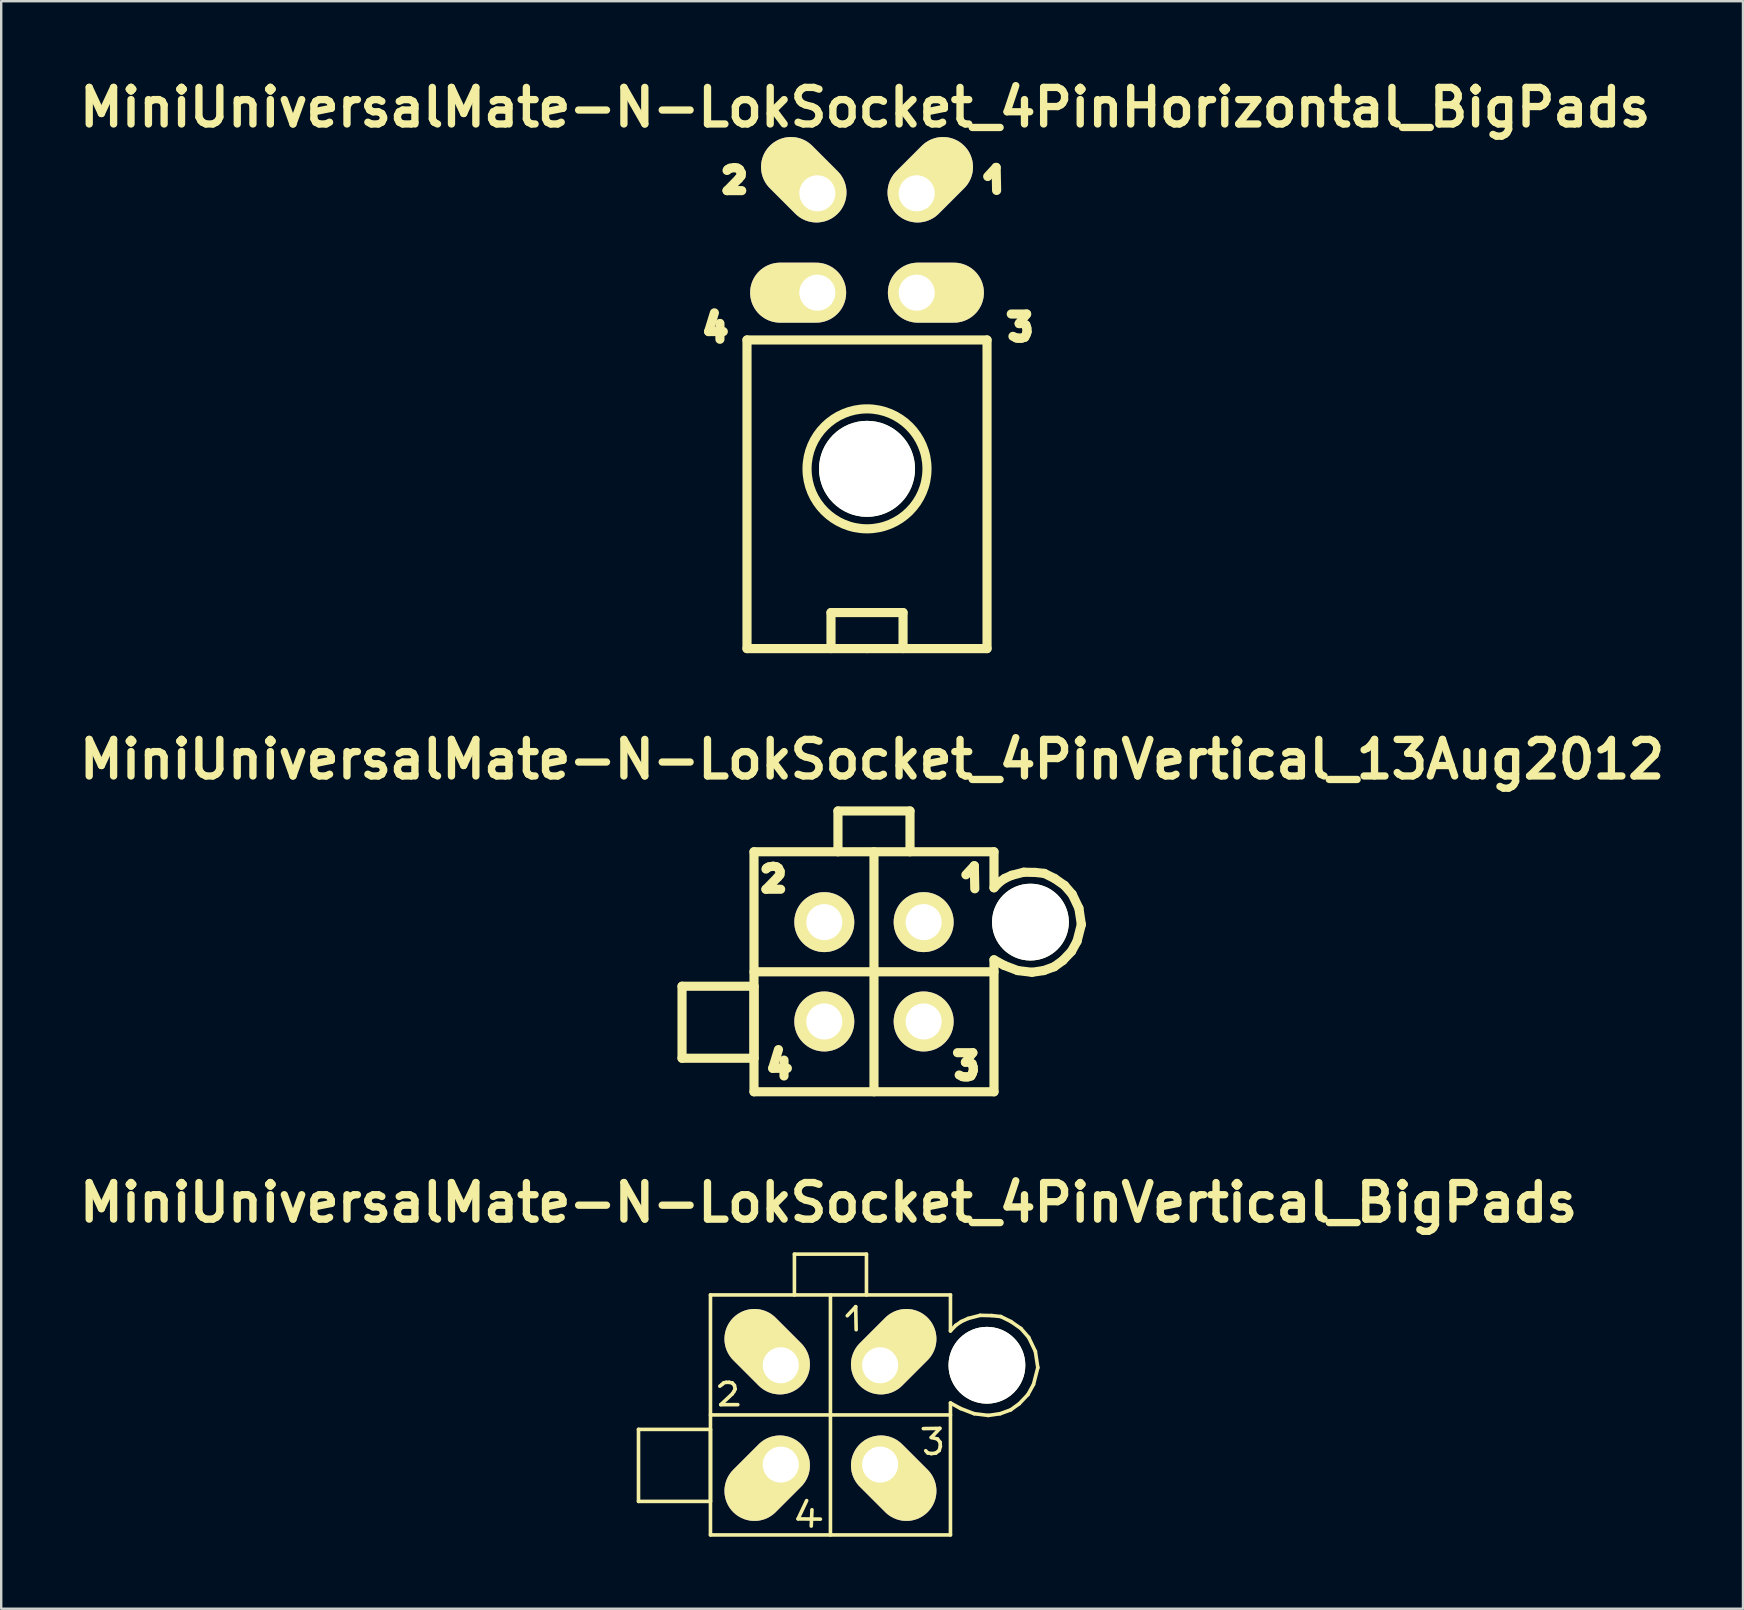
<source format=kicad_pcb>
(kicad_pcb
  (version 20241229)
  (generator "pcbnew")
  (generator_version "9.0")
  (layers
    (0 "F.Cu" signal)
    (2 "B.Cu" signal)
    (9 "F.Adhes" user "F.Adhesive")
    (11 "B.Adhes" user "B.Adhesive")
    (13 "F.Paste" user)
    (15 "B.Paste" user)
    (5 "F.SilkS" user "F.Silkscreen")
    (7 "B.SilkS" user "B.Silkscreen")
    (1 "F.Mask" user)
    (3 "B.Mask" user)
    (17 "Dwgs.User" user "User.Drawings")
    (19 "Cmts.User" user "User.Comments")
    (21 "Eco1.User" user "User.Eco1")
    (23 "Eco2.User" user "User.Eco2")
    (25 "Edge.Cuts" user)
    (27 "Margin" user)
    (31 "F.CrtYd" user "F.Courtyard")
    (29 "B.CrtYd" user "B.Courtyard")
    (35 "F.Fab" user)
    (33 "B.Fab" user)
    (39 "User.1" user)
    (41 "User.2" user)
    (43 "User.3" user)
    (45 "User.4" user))
  (footprint "MiniUniversalMate-N-LokSocket_4PinVertical_BigPads"
    (layer "F.Cu")
    (at 31.553 55.908)
    (property "Reference" "MiniUniversalMate-N-LokSocket_4PinVertical_BigPads" (at -0.079 -8.849 0) (layer "F.SilkS") (effects (font (size 1.524 1.524) (thickness 0.305))))
    (attr through_hole)
    (fp_line (start -7.998 0.602) (end -4.999 0.602) (stroke (width 0.15) (type solid)) (layer "F.SilkS"))
    (fp_line (start -7.998 3.602) (end -7.998 0.602) (stroke (width 0.15) (type solid)) (layer "F.SilkS"))
    (fp_line (start -4.999 -5.001) (end -4.999 4.999) (stroke (width 0.15) (type solid)) (layer "F.SilkS"))
    (fp_line (start -4.999 0) (end 5.001 0) (stroke (width 0.15) (type solid)) (layer "F.SilkS"))
    (fp_line (start -4.999 0.602) (end -4.999 3.602) (stroke (width 0.15) (type solid)) (layer "F.SilkS"))
    (fp_line (start -4.999 3.602) (end -7.998 3.602) (stroke (width 0.15) (type solid)) (layer "F.SilkS"))
    (fp_line (start -4.999 4.999) (end 5.001 4.999) (stroke (width 0.15) (type solid)) (layer "F.SilkS"))
    (fp_line (start -4.61 -1.199) (end -4.519 -1.27) (stroke (width 0.15) (type solid)) (layer "F.SilkS"))
    (fp_line (start -4.569 -0.429) (end -3.861 -0.429) (stroke (width 0.15) (type solid)) (layer "F.SilkS"))
    (fp_line (start -4.519 -1.27) (end -4.44 -1.341) (stroke (width 0.15) (type solid)) (layer "F.SilkS"))
    (fp_line (start -4.44 -1.341) (end -4.341 -1.359) (stroke (width 0.15) (type solid)) (layer "F.SilkS"))
    (fp_line (start -4.341 -1.359) (end -4.219 -1.359) (stroke (width 0.15) (type solid)) (layer "F.SilkS"))
    (fp_line (start -4.219 -1.359) (end -4.089 -1.331) (stroke (width 0.15) (type solid)) (layer "F.SilkS"))
    (fp_line (start -4.089 -1.331) (end -4 -1.229) (stroke (width 0.15) (type solid)) (layer "F.SilkS"))
    (fp_line (start -4.089 -0.879) (end -4.569 -0.429) (stroke (width 0.15) (type solid)) (layer "F.SilkS"))
    (fp_line (start -4.021 -0.98) (end -4.089 -0.879) (stroke (width 0.15) (type solid)) (layer "F.SilkS"))
    (fp_line (start -4 -1.229) (end -3.97 -1.079) (stroke (width 0.15) (type solid)) (layer "F.SilkS"))
    (fp_line (start -3.97 -1.079) (end -4.021 -0.98) (stroke (width 0.15) (type solid)) (layer "F.SilkS"))
    (fp_line (start -1.501 -6.701) (end -1.501 -5.001) (stroke (width 0.15) (type solid)) (layer "F.SilkS"))
    (fp_line (start -1.349 4.331) (end -0.419 4.341) (stroke (width 0.15) (type solid)) (layer "F.SilkS"))
    (fp_line (start -0.991 3.569) (end -1.349 4.331) (stroke (width 0.15) (type solid)) (layer "F.SilkS"))
    (fp_line (start -0.77 3.95) (end -0.8 4.63) (stroke (width 0.15) (type solid)) (layer "F.SilkS"))
    (fp_line (start 0 -5.001) (end 0 4.999) (stroke (width 0.15) (type solid)) (layer "F.SilkS"))
    (fp_line (start 0.701 -4.133) (end 1.052 -4.511) (stroke (width 0.15) (type solid)) (layer "F.SilkS"))
    (fp_line (start 1.052 -4.511) (end 1.072 -3.551) (stroke (width 0.15) (type solid)) (layer "F.SilkS"))
    (fp_line (start 1.501 -6.701) (end -1.501 -6.701) (stroke (width 0.15) (type solid)) (layer "F.SilkS"))
    (fp_line (start 1.501 -5.001) (end 1.501 -6.701) (stroke (width 0.15) (type solid)) (layer "F.SilkS"))
    (fp_line (start 3.871 0.569) (end 4.559 0.559) (stroke (width 0.15) (type solid)) (layer "F.SilkS"))
    (fp_line (start 4.051 1.58) (end 3.97 1.491) (stroke (width 0.15) (type solid)) (layer "F.SilkS"))
    (fp_line (start 4.201 0.94) (end 4.46 1.001) (stroke (width 0.15) (type solid)) (layer "F.SilkS"))
    (fp_line (start 4.201 1.61) (end 4.051 1.58) (stroke (width 0.15) (type solid)) (layer "F.SilkS"))
    (fp_line (start 4.389 1.59) (end 4.201 1.61) (stroke (width 0.15) (type solid)) (layer "F.SilkS"))
    (fp_line (start 4.46 1.001) (end 4.569 1.14) (stroke (width 0.15) (type solid)) (layer "F.SilkS"))
    (fp_line (start 4.531 1.481) (end 4.389 1.59) (stroke (width 0.15) (type solid)) (layer "F.SilkS"))
    (fp_line (start 4.559 0.559) (end 4.201 0.94) (stroke (width 0.15) (type solid)) (layer "F.SilkS"))
    (fp_line (start 4.569 1.14) (end 4.58 1.311) (stroke (width 0.15) (type solid)) (layer "F.SilkS"))
    (fp_line (start 4.58 1.311) (end 4.531 1.481) (stroke (width 0.15) (type solid)) (layer "F.SilkS"))
    (fp_line (start 5.001 -5.001) (end -4.999 -5.001) (stroke (width 0.15) (type solid)) (layer "F.SilkS"))
    (fp_line (start 5.001 -5.001) (end 5.001 -3.5) (stroke (width 0.15) (type solid)) (layer "F.SilkS"))
    (fp_line (start 5.001 -3.5) (end 5.22 -3.731) (stroke (width 0.15) (type solid)) (layer "F.SilkS"))
    (fp_line (start 5.001 4.999) (end 5.001 -0.5) (stroke (width 0.15) (type solid)) (layer "F.SilkS"))
    (fp_line (start 5.22 -3.731) (end 5.451 -3.891) (stroke (width 0.15) (type solid)) (layer "F.SilkS"))
    (fp_line (start 5.42 -0.269) (end 5.001 -0.5) (stroke (width 0.15) (type solid)) (layer "F.SilkS"))
    (fp_line (start 5.451 -3.891) (end 5.74 -4.021) (stroke (width 0.15) (type solid)) (layer "F.SilkS"))
    (fp_line (start 5.74 -4.021) (end 6.241 -4.15) (stroke (width 0.15) (type solid)) (layer "F.SilkS"))
    (fp_line (start 5.989 -0.051) (end 5.42 -0.269) (stroke (width 0.15) (type solid)) (layer "F.SilkS"))
    (fp_line (start 6.241 -4.15) (end 6.721 -4.14) (stroke (width 0.15) (type solid)) (layer "F.SilkS"))
    (fp_line (start 6.581 0.02) (end 5.989 -0.051) (stroke (width 0.15) (type solid)) (layer "F.SilkS"))
    (fp_line (start 6.721 -4.14) (end 7.099 -4.1) (stroke (width 0.15) (type solid)) (layer "F.SilkS"))
    (fp_line (start 7.071 -0.051) (end 6.581 0.02) (stroke (width 0.15) (type solid)) (layer "F.SilkS"))
    (fp_line (start 7.099 -4.1) (end 7.521 -3.891) (stroke (width 0.15) (type solid)) (layer "F.SilkS"))
    (fp_line (start 7.511 -0.211) (end 7.071 -0.051) (stroke (width 0.15) (type solid)) (layer "F.SilkS"))
    (fp_line (start 7.521 -3.891) (end 7.94 -3.599) (stroke (width 0.15) (type solid)) (layer "F.SilkS"))
    (fp_line (start 7.869 -0.47) (end 7.511 -0.211) (stroke (width 0.15) (type solid)) (layer "F.SilkS"))
    (fp_line (start 7.94 -3.599) (end 8.26 -3.231) (stroke (width 0.15) (type solid)) (layer "F.SilkS"))
    (fp_line (start 8.23 -0.851) (end 7.869 -0.47) (stroke (width 0.15) (type solid)) (layer "F.SilkS"))
    (fp_line (start 8.26 -3.231) (end 8.539 -2.649) (stroke (width 0.15) (type solid)) (layer "F.SilkS"))
    (fp_line (start 8.461 -1.27) (end 8.23 -0.851) (stroke (width 0.15) (type solid)) (layer "F.SilkS"))
    (fp_line (start 8.539 -2.649) (end 8.641 -1.971) (stroke (width 0.15) (type solid)) (layer "F.SilkS"))
    (fp_line (start 8.641 -1.971) (end 8.461 -1.27) (stroke (width 0.15) (type solid)) (layer "F.SilkS"))
    (pad "" np_thru_hole circle (at 6.52 -2.07 90) (size 3.2 3.2) (drill 3.2) (layers "*.Cu" "*.Mask" "F.SilkS"))
    (pad "1" thru_hole oval (at 2.07 -2.07 45) (size 4 2.499) (drill 1.501 (offset 0.8 0)) (layers "*.Cu" "*.Mask" "F.SilkS"))
    (pad "2" thru_hole oval (at -2.07 -2.07 315) (size 4 2.499) (drill 1.501 (offset -0.8 0)) (layers "*.Cu" "*.Mask" "F.SilkS"))
    (pad "3" thru_hole oval (at 2.07 2.07 315) (size 4 2.499) (drill 1.501 (offset 0.8 0)) (layers "*.Cu" "*.Mask" "F.SilkS"))
    (pad "4" thru_hole oval (at -2.07 2.07 45) (size 4 2.499) (drill 1.501 (offset -0.8 0)) (layers "*.Cu" "*.Mask" "F.SilkS")))
  (footprint "MiniUniversalMate-N-LokSocket_4PinHorizontal_BigPads"
    (layer "F.Cu")
    (at 33.077 7.075)
    (property "Reference" "MiniUniversalMate-N-LokSocket_4PinHorizontal_BigPads" (at -0.079 -5.649 0) (layer "F.SilkS") (effects (font (size 1.524 1.524) (thickness 0.305))))
    (attr through_hole)
    (fp_line (start -6.599 3.691) (end -5.989 3.691) (stroke (width 0.381) (type solid)) (layer "F.SilkS"))
    (fp_line (start -6.36 2.911) (end -6.599 3.691) (stroke (width 0.381) (type solid)) (layer "F.SilkS"))
    (fp_line (start -6.129 3.35) (end -6.129 4.011) (stroke (width 0.381) (type solid)) (layer "F.SilkS"))
    (fp_line (start -5.832 -3.023) (end -5.801 -3.063) (stroke (width 0.381) (type solid)) (layer "F.SilkS"))
    (fp_line (start -5.832 -2.182) (end -5.22 -2.182) (stroke (width 0.381) (type solid)) (layer "F.SilkS"))
    (fp_line (start -5.801 -3.063) (end -5.71 -3.114) (stroke (width 0.381) (type solid)) (layer "F.SilkS"))
    (fp_line (start -5.71 -3.114) (end -5.532 -3.142) (stroke (width 0.381) (type solid)) (layer "F.SilkS"))
    (fp_line (start -5.532 -3.142) (end -5.4 -3.122) (stroke (width 0.381) (type solid)) (layer "F.SilkS"))
    (fp_line (start -5.4 -3.122) (end -5.311 -3.063) (stroke (width 0.381) (type solid)) (layer "F.SilkS"))
    (fp_line (start -5.342 -2.682) (end -5.832 -2.182) (stroke (width 0.381) (type solid)) (layer "F.SilkS"))
    (fp_line (start -5.311 -3.063) (end -5.24 -2.924) (stroke (width 0.381) (type solid)) (layer "F.SilkS"))
    (fp_line (start -5.25 -2.794) (end -5.342 -2.682) (stroke (width 0.381) (type solid)) (layer "F.SilkS"))
    (fp_line (start -5.24 -2.924) (end -5.25 -2.794) (stroke (width 0.381) (type solid)) (layer "F.SilkS"))
    (fp_line (start -5.001 4.041) (end 5.001 4.041) (stroke (width 0.381) (type solid)) (layer "F.SilkS"))
    (fp_line (start -5.001 16.901) (end -5.001 4.041) (stroke (width 0.381) (type solid)) (layer "F.SilkS"))
    (fp_line (start -1.501 15.4) (end -1.501 16.901) (stroke (width 0.381) (type solid)) (layer "F.SilkS"))
    (fp_line (start 0 16.901) (end -5.001 16.901) (stroke (width 0.381) (type solid)) (layer "F.SilkS"))
    (fp_line (start 0 16.901) (end 5.001 16.901) (stroke (width 0.381) (type solid)) (layer "F.SilkS"))
    (fp_line (start 1.501 15.4) (end -1.501 15.4) (stroke (width 0.381) (type solid)) (layer "F.SilkS"))
    (fp_line (start 1.501 16.901) (end 1.501 15.4) (stroke (width 0.381) (type solid)) (layer "F.SilkS"))
    (fp_line (start 5.001 4.041) (end 5.001 16.901) (stroke (width 0.381) (type solid)) (layer "F.SilkS"))
    (fp_line (start 5.029 -2.771) (end 5.38 -3.15) (stroke (width 0.381) (type solid)) (layer "F.SilkS"))
    (fp_line (start 5.38 -3.15) (end 5.4 -2.189) (stroke (width 0.381) (type solid)) (layer "F.SilkS"))
    (fp_line (start 6.01 2.959) (end 6.65 2.959) (stroke (width 0.381) (type solid)) (layer "F.SilkS"))
    (fp_line (start 6.22 3.957) (end 6.081 3.889) (stroke (width 0.381) (type solid)) (layer "F.SilkS"))
    (fp_line (start 6.32 3.967) (end 6.22 3.957) (stroke (width 0.381) (type solid)) (layer "F.SilkS"))
    (fp_line (start 6.34 3.358) (end 6.5 3.358) (stroke (width 0.381) (type solid)) (layer "F.SilkS"))
    (fp_line (start 6.439 3.967) (end 6.32 3.967) (stroke (width 0.381) (type solid)) (layer "F.SilkS"))
    (fp_line (start 6.5 3.358) (end 6.619 3.419) (stroke (width 0.381) (type solid)) (layer "F.SilkS"))
    (fp_line (start 6.571 3.929) (end 6.439 3.967) (stroke (width 0.381) (type solid)) (layer "F.SilkS"))
    (fp_line (start 6.619 3.419) (end 6.66 3.548) (stroke (width 0.381) (type solid)) (layer "F.SilkS"))
    (fp_line (start 6.629 3.818) (end 6.571 3.929) (stroke (width 0.381) (type solid)) (layer "F.SilkS"))
    (fp_line (start 6.65 2.959) (end 6.34 3.358) (stroke (width 0.381) (type solid)) (layer "F.SilkS"))
    (fp_line (start 6.66 3.548) (end 6.67 3.698) (stroke (width 0.381) (type solid)) (layer "F.SilkS"))
    (fp_line (start 6.67 3.698) (end 6.629 3.818) (stroke (width 0.381) (type solid)) (layer "F.SilkS"))
    (fp_circle (center 0 9.411) (end 2.499 9.411) (stroke (width 0.381) (type solid)) (fill no) (layer "F.SilkS"))
    (pad "" np_thru_hole circle (at 0 9.411 90) (size 4 4) (drill 4) (layers "*.Cu" "*.Mask" "F.SilkS"))
    (pad "1" thru_hole oval (at 2.07 -2.07 45) (size 4 2.499) (drill 1.501 (offset 0.8 0)) (layers "*.Cu" "*.Mask" "F.SilkS"))
    (pad "2" thru_hole oval (at -2.07 -2.07 315) (size 4 2.499) (drill 1.501 (offset -0.8 0)) (layers "*.Cu" "*.Mask" "F.SilkS"))
    (pad "3" thru_hole oval (at 2.07 2.07) (size 4 2.499) (drill 1.501 (offset 0.8 0)) (layers "*.Cu" "*.Mask" "F.SilkS"))
    (pad "4" thru_hole oval (at -2.07 2.07) (size 4 2.499) (drill 1.501 (offset -0.8 0)) (layers "*.Cu" "*.Mask" "F.SilkS")))
  (footprint "MiniUniversalMate-N-LokSocket_4PinVertical_13Aug2012"
    (layer "F.Cu")
    (at 33.367 37.443)
    (property "Reference" "MiniUniversalMate-N-LokSocket_4PinVertical_13Aug2012" (at -0.079 -8.849 0) (layer "F.SilkS") (effects (font (size 1.524 1.524) (thickness 0.305))))
    (attr through_hole)
    (fp_line (start -7.998 0.602) (end -4.999 0.602) (stroke (width 0.381) (type solid)) (layer "F.SilkS"))
    (fp_line (start -7.998 3.602) (end -7.998 0.602) (stroke (width 0.381) (type solid)) (layer "F.SilkS"))
    (fp_line (start -4.999 -5.001) (end -4.999 4.999) (stroke (width 0.381) (type solid)) (layer "F.SilkS"))
    (fp_line (start -4.999 0) (end 5.001 0) (stroke (width 0.381) (type solid)) (layer "F.SilkS"))
    (fp_line (start -4.999 0.602) (end -4.999 3.602) (stroke (width 0.381) (type solid)) (layer "F.SilkS"))
    (fp_line (start -4.999 3.602) (end -7.998 3.602) (stroke (width 0.381) (type solid)) (layer "F.SilkS"))
    (fp_line (start -4.999 4.999) (end 5.001 4.999) (stroke (width 0.381) (type solid)) (layer "F.SilkS"))
    (fp_line (start -4.501 -4.28) (end -4.47 -4.321) (stroke (width 0.381) (type solid)) (layer "F.SilkS"))
    (fp_line (start -4.501 -3.439) (end -3.889 -3.439) (stroke (width 0.381) (type solid)) (layer "F.SilkS"))
    (fp_line (start -4.47 -4.321) (end -4.379 -4.371) (stroke (width 0.381) (type solid)) (layer "F.SilkS"))
    (fp_line (start -4.379 -4.371) (end -4.201 -4.399) (stroke (width 0.381) (type solid)) (layer "F.SilkS"))
    (fp_line (start -4.219 4.021) (end -3.609 4.021) (stroke (width 0.381) (type solid)) (layer "F.SilkS"))
    (fp_line (start -4.201 -4.399) (end -4.069 -4.379) (stroke (width 0.381) (type solid)) (layer "F.SilkS"))
    (fp_line (start -4.069 -4.379) (end -3.98 -4.321) (stroke (width 0.381) (type solid)) (layer "F.SilkS"))
    (fp_line (start -4.011 -3.94) (end -4.501 -3.439) (stroke (width 0.381) (type solid)) (layer "F.SilkS"))
    (fp_line (start -3.98 -4.321) (end -3.909 -4.181) (stroke (width 0.381) (type solid)) (layer "F.SilkS"))
    (fp_line (start -3.98 3.241) (end -4.219 4.021) (stroke (width 0.381) (type solid)) (layer "F.SilkS"))
    (fp_line (start -3.919 -4.051) (end -4.011 -3.94) (stroke (width 0.381) (type solid)) (layer "F.SilkS"))
    (fp_line (start -3.909 -4.181) (end -3.919 -4.051) (stroke (width 0.381) (type solid)) (layer "F.SilkS"))
    (fp_line (start -3.749 3.68) (end -3.749 4.341) (stroke (width 0.381) (type solid)) (layer "F.SilkS"))
    (fp_line (start -1.501 -6.701) (end -1.501 -5.001) (stroke (width 0.381) (type solid)) (layer "F.SilkS"))
    (fp_line (start 0 -5.001) (end 0 4.999) (stroke (width 0.381) (type solid)) (layer "F.SilkS"))
    (fp_line (start 1.501 -6.701) (end -1.501 -6.701) (stroke (width 0.381) (type solid)) (layer "F.SilkS"))
    (fp_line (start 1.501 -5.001) (end 1.501 -6.701) (stroke (width 0.381) (type solid)) (layer "F.SilkS"))
    (fp_line (start 3.48 3.371) (end 4.12 3.371) (stroke (width 0.381) (type solid)) (layer "F.SilkS"))
    (fp_line (start 3.691 4.369) (end 3.551 4.3) (stroke (width 0.381) (type solid)) (layer "F.SilkS"))
    (fp_line (start 3.79 4.379) (end 3.691 4.369) (stroke (width 0.381) (type solid)) (layer "F.SilkS"))
    (fp_line (start 3.81 3.769) (end 3.97 3.769) (stroke (width 0.381) (type solid)) (layer "F.SilkS"))
    (fp_line (start 3.83 -4.041) (end 4.181 -4.42) (stroke (width 0.381) (type solid)) (layer "F.SilkS"))
    (fp_line (start 3.909 4.379) (end 3.79 4.379) (stroke (width 0.381) (type solid)) (layer "F.SilkS"))
    (fp_line (start 3.97 3.769) (end 4.089 3.83) (stroke (width 0.381) (type solid)) (layer "F.SilkS"))
    (fp_line (start 4.041 4.341) (end 3.909 4.379) (stroke (width 0.381) (type solid)) (layer "F.SilkS"))
    (fp_line (start 4.089 3.83) (end 4.13 3.96) (stroke (width 0.381) (type solid)) (layer "F.SilkS"))
    (fp_line (start 4.1 4.229) (end 4.041 4.341) (stroke (width 0.381) (type solid)) (layer "F.SilkS"))
    (fp_line (start 4.12 3.371) (end 3.81 3.769) (stroke (width 0.381) (type solid)) (layer "F.SilkS"))
    (fp_line (start 4.13 3.96) (end 4.14 4.11) (stroke (width 0.381) (type solid)) (layer "F.SilkS"))
    (fp_line (start 4.14 4.11) (end 4.1 4.229) (stroke (width 0.381) (type solid)) (layer "F.SilkS"))
    (fp_line (start 4.181 -4.42) (end 4.201 -3.459) (stroke (width 0.381) (type solid)) (layer "F.SilkS"))
    (fp_line (start 5.001 -5.001) (end -4.999 -5.001) (stroke (width 0.381) (type solid)) (layer "F.SilkS"))
    (fp_line (start 5.001 -5.001) (end 5.001 -3.5) (stroke (width 0.381) (type solid)) (layer "F.SilkS"))
    (fp_line (start 5.001 -3.5) (end 5.22 -3.731) (stroke (width 0.381) (type solid)) (layer "F.SilkS"))
    (fp_line (start 5.001 4.999) (end 5.001 -0.5) (stroke (width 0.381) (type solid)) (layer "F.SilkS"))
    (fp_line (start 5.22 -3.731) (end 5.451 -3.891) (stroke (width 0.381) (type solid)) (layer "F.SilkS"))
    (fp_line (start 5.42 -0.269) (end 5.001 -0.5) (stroke (width 0.381) (type solid)) (layer "F.SilkS"))
    (fp_line (start 5.451 -3.891) (end 5.74 -4.021) (stroke (width 0.381) (type solid)) (layer "F.SilkS"))
    (fp_line (start 5.74 -4.021) (end 6.241 -4.15) (stroke (width 0.381) (type solid)) (layer "F.SilkS"))
    (fp_line (start 5.989 -0.051) (end 5.42 -0.269) (stroke (width 0.381) (type solid)) (layer "F.SilkS"))
    (fp_line (start 6.241 -4.15) (end 6.721 -4.14) (stroke (width 0.381) (type solid)) (layer "F.SilkS"))
    (fp_line (start 6.581 0.02) (end 5.989 -0.051) (stroke (width 0.381) (type solid)) (layer "F.SilkS"))
    (fp_line (start 6.721 -4.14) (end 7.099 -4.1) (stroke (width 0.381) (type solid)) (layer "F.SilkS"))
    (fp_line (start 7.071 -0.051) (end 6.581 0.02) (stroke (width 0.381) (type solid)) (layer "F.SilkS"))
    (fp_line (start 7.099 -4.1) (end 7.521 -3.891) (stroke (width 0.381) (type solid)) (layer "F.SilkS"))
    (fp_line (start 7.511 -0.211) (end 7.071 -0.051) (stroke (width 0.381) (type solid)) (layer "F.SilkS"))
    (fp_line (start 7.521 -3.891) (end 7.94 -3.599) (stroke (width 0.381) (type solid)) (layer "F.SilkS"))
    (fp_line (start 7.869 -0.47) (end 7.511 -0.211) (stroke (width 0.381) (type solid)) (layer "F.SilkS"))
    (fp_line (start 7.94 -3.599) (end 8.26 -3.231) (stroke (width 0.381) (type solid)) (layer "F.SilkS"))
    (fp_line (start 8.23 -0.851) (end 7.869 -0.47) (stroke (width 0.381) (type solid)) (layer "F.SilkS"))
    (fp_line (start 8.26 -3.231) (end 8.539 -2.649) (stroke (width 0.381) (type solid)) (layer "F.SilkS"))
    (fp_line (start 8.461 -1.27) (end 8.23 -0.851) (stroke (width 0.381) (type solid)) (layer "F.SilkS"))
    (fp_line (start 8.539 -2.649) (end 8.641 -1.971) (stroke (width 0.381) (type solid)) (layer "F.SilkS"))
    (fp_line (start 8.641 -1.971) (end 8.461 -1.27) (stroke (width 0.381) (type solid)) (layer "F.SilkS"))
    (pad "" np_thru_hole circle (at 6.52 -2.07 90) (size 3.2 3.2) (drill 3.2) (layers "*.Cu" "*.Mask" "F.SilkS"))
    (pad "1" thru_hole circle (at 2.07 -2.07 90) (size 2.499 2.499) (drill 1.501) (layers "*.Cu" "*.Mask" "F.SilkS"))
    (pad "2" thru_hole circle (at -2.07 -2.07 90) (size 2.499 2.499) (drill 1.501) (layers "*.Cu" "*.Mask" "F.SilkS"))
    (pad "3" thru_hole circle (at 2.07 2.07 90) (size 2.499 2.499) (drill 1.501) (layers "*.Cu" "*.Mask" "F.SilkS"))
    (pad "4" thru_hole circle (at -2.07 2.07 90) (size 2.499 2.499) (drill 1.501) (layers "*.Cu" "*.Mask" "F.SilkS")))
  (gr_rect
    (start -3 -3)
    (end 69.577 63.982)
    (stroke (width 0.1) (type default))
    (fill no)
    (layer "Edge.Cuts")))
</source>
